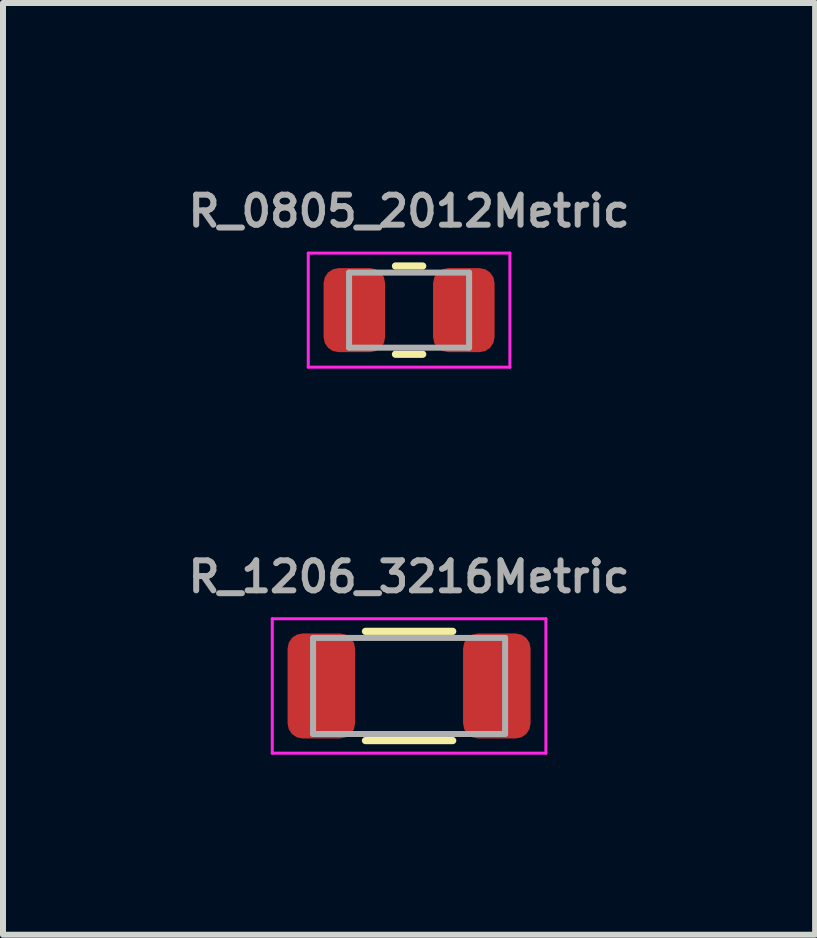
<source format=kicad_pcb>
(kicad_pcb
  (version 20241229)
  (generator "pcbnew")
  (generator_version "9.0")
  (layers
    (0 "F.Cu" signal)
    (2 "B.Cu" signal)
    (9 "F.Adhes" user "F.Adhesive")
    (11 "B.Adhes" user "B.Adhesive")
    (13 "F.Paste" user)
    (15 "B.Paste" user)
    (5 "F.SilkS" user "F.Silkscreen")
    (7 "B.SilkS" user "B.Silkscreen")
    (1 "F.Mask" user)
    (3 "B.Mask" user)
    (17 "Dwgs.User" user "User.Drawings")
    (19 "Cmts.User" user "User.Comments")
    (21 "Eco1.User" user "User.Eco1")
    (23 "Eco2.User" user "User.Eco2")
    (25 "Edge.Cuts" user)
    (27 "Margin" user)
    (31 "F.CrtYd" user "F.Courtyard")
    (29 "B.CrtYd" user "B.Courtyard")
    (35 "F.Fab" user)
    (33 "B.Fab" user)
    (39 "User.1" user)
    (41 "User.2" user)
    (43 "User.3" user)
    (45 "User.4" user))
  (footprint "R_0805_2012Metric"
    (layer "F.Cu")
    (at 3.767 2.118)
    (property "Reference" "R_0805_2012Metric" (at 0 -1.65 0) (layer "F.Fab") (effects (font (size 0.5 0.5) (thickness 0.1) (bold yes))))
    (attr smd)
    (fp_line (start -0.227 -0.735) (end 0.227 -0.735) (stroke (width 0.12) (type solid)) (layer "F.SilkS"))
    (fp_line (start -0.227 0.735) (end 0.227 0.735) (stroke (width 0.12) (type solid)) (layer "F.SilkS"))
    (fp_line (start -1.68 -0.95) (end 1.68 -0.95) (stroke (width 0.05) (type solid)) (layer "F.CrtYd"))
    (fp_line (start -1.68 0.95) (end -1.68 -0.95) (stroke (width 0.05) (type solid)) (layer "F.CrtYd"))
    (fp_line (start 1.68 -0.95) (end 1.68 0.95) (stroke (width 0.05) (type solid)) (layer "F.CrtYd"))
    (fp_line (start 1.68 0.95) (end -1.68 0.95) (stroke (width 0.05) (type solid)) (layer "F.CrtYd"))
    (fp_line (start -1 -0.625) (end 1 -0.625) (stroke (width 0.1) (type solid)) (layer "F.Fab"))
    (fp_line (start -1 0.625) (end -1 -0.625) (stroke (width 0.1) (type solid)) (layer "F.Fab"))
    (fp_line (start 1 -0.625) (end 1 0.625) (stroke (width 0.1) (type solid)) (layer "F.Fab"))
    (fp_line (start 1 0.625) (end -1 0.625) (stroke (width 0.1) (type solid)) (layer "F.Fab"))
    (pad "1" smd roundrect (at -0.912 0) (size 1.025 1.4) (layers "F.Cu" "F.Mask" "F.Paste") (roundrect_rratio 0.244))
    (pad "2" smd roundrect (at 0.912 0) (size 1.025 1.4) (layers "F.Cu" "F.Mask" "F.Paste") (roundrect_rratio 0.244)))
  (footprint "R_1206_3216Metric"
    (layer "F.Cu")
    (at 3.767 8.381)
    (property "Reference" "R_1206_3216Metric" (at 0 -1.82 0) (layer "F.Fab") (effects (font (size 0.5 0.5) (thickness 0.1) (bold yes))))
    (attr smd)
    (fp_line (start -0.727 -0.91) (end 0.727 -0.91) (stroke (width 0.12) (type solid)) (layer "F.SilkS"))
    (fp_line (start -0.727 0.91) (end 0.727 0.91) (stroke (width 0.12) (type solid)) (layer "F.SilkS"))
    (fp_line (start -2.28 -1.12) (end 2.28 -1.12) (stroke (width 0.05) (type solid)) (layer "F.CrtYd"))
    (fp_line (start -2.28 1.12) (end -2.28 -1.12) (stroke (width 0.05) (type solid)) (layer "F.CrtYd"))
    (fp_line (start 2.28 -1.12) (end 2.28 1.12) (stroke (width 0.05) (type solid)) (layer "F.CrtYd"))
    (fp_line (start 2.28 1.12) (end -2.28 1.12) (stroke (width 0.05) (type solid)) (layer "F.CrtYd"))
    (fp_line (start -1.6 -0.8) (end 1.6 -0.8) (stroke (width 0.1) (type solid)) (layer "F.Fab"))
    (fp_line (start -1.6 0.8) (end -1.6 -0.8) (stroke (width 0.1) (type solid)) (layer "F.Fab"))
    (fp_line (start 1.6 -0.8) (end 1.6 0.8) (stroke (width 0.1) (type solid)) (layer "F.Fab"))
    (fp_line (start 1.6 0.8) (end -1.6 0.8) (stroke (width 0.1) (type solid)) (layer "F.Fab"))
    (pad "1" smd roundrect (at -1.462 0) (size 1.125 1.75) (layers "F.Cu" "F.Mask" "F.Paste") (roundrect_rratio 0.222))
    (pad "2" smd roundrect (at 1.462 0) (size 1.125 1.75) (layers "F.Cu" "F.Mask" "F.Paste") (roundrect_rratio 0.222)))
  (gr_rect
    (start -3 -3)
    (end 10.533 12.526)
    (stroke (width 0.1) (type default))
    (fill no)
    (layer "Edge.Cuts")))
</source>
